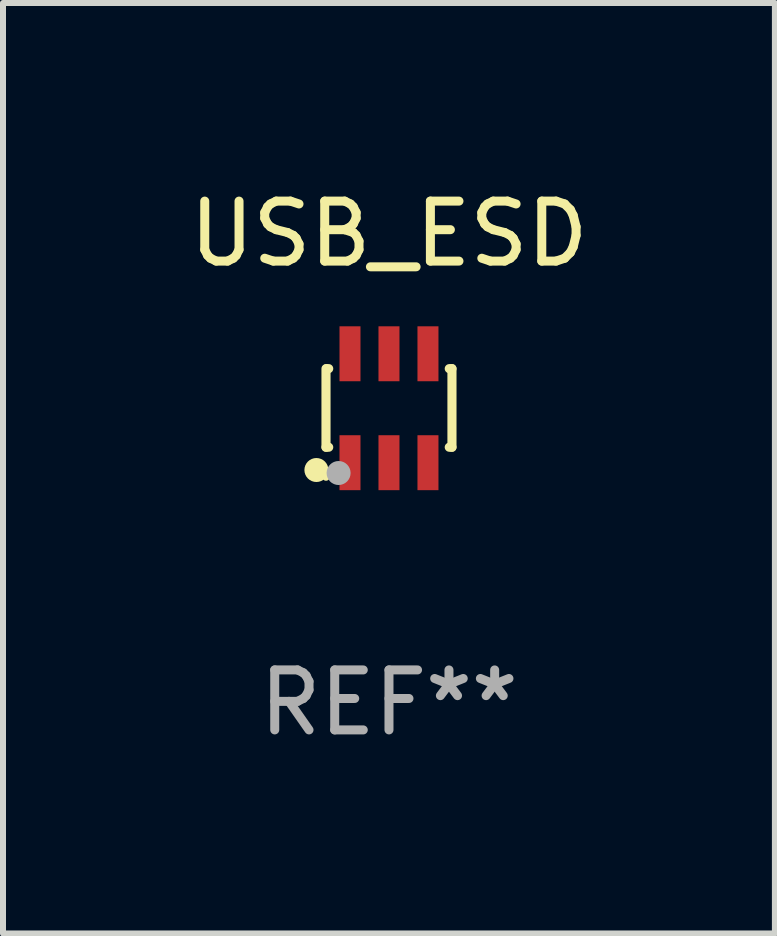
<source format=kicad_pcb>
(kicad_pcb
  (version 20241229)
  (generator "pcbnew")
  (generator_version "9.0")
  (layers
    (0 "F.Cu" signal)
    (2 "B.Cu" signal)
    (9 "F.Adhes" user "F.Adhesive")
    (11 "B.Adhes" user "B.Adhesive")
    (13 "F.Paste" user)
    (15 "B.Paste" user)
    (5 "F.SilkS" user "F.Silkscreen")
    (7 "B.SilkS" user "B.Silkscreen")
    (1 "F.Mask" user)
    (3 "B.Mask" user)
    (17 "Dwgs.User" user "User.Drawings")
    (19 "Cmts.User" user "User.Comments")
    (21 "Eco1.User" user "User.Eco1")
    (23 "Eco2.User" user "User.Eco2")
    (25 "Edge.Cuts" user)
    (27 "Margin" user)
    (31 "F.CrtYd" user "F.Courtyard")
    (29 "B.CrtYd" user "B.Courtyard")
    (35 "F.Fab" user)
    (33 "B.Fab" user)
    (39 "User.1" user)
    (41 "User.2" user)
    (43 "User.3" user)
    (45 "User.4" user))
  (footprint "USB_ESD"
    (layer "F.Cu")
    (at 3.435 3.756)
    (property "Reference" "USB_ESD" (at 0.000013 -2.908 0) (layer "F.SilkS") (effects (font (size 1 1) (thickness 0.15))))
    (attr through_hole)
    (fp_line (start -1.05 -0.66) (end -1.05 0.65) (stroke (width 0.152) (type solid)) (layer "F.SilkS"))
    (fp_line (start -1.05 0.65) (end -1.005 0.65) (stroke (width 0.152) (type solid)) (layer "F.SilkS"))
    (fp_line (start -1.005 -0.66) (end -1.04 -0.66) (stroke (width 0.152) (type solid)) (layer "F.SilkS"))
    (fp_line (start 1.005 0.65) (end 1.05 0.65) (stroke (width 0.152) (type solid)) (layer "F.SilkS"))
    (fp_line (start 1.05 -0.66) (end 1.005 -0.66) (stroke (width 0.152) (type solid)) (layer "F.SilkS"))
    (fp_line (start 1.05 0.65) (end 1.05 -0.66) (stroke (width 0.152) (type solid)) (layer "F.SilkS"))
    (fp_circle (center -1.21 1.03) (end -1.11 1.03) (stroke (width 0.2) (type solid)) (fill no) (layer "F.SilkS"))
    (fp_circle (center -1.05 1.15) (end -1.02 1.15) (stroke (width 0.06) (type solid)) (fill no) (layer "F.SilkS"))
    (fp_circle (center -0.84 1.08) (end -0.74 1.08) (stroke (width 0.2) (type solid)) (fill no) (layer "F.Fab"))
    (fp_text user "REF**" (at 0.000013 4.908 0) (layer "F.Fab") (effects (font (size 1 1) (thickness 0.15))))
    (pad "1" smd rect (at -0.65 0.908) (size 0.35 0.916) (layers "F.Cu" "F.Mask" "F.Paste"))
    (pad "2" smd rect (at 0 0.908) (size 0.35 0.916) (layers "F.Cu" "F.Mask" "F.Paste"))
    (pad "3" smd rect (at 0.65 0.908) (size 0.35 0.916) (layers "F.Cu" "F.Mask" "F.Paste"))
    (pad "4" smd rect (at 0.65 -0.908) (size 0.35 0.916) (layers "F.Cu" "F.Mask" "F.Paste"))
    (pad "5" smd rect (at 0 -0.908) (size 0.35 0.916) (layers "F.Cu" "F.Mask" "F.Paste"))
    (pad "6" smd rect (at -0.65 -0.908) (size 0.35 0.916) (layers "F.Cu" "F.Mask" "F.Paste")))
  (gr_rect
    (start -3 -3)
    (end 9.869 12.513)
    (stroke (width 0.1) (type default))
    (fill no)
    (layer "Edge.Cuts")))
</source>
